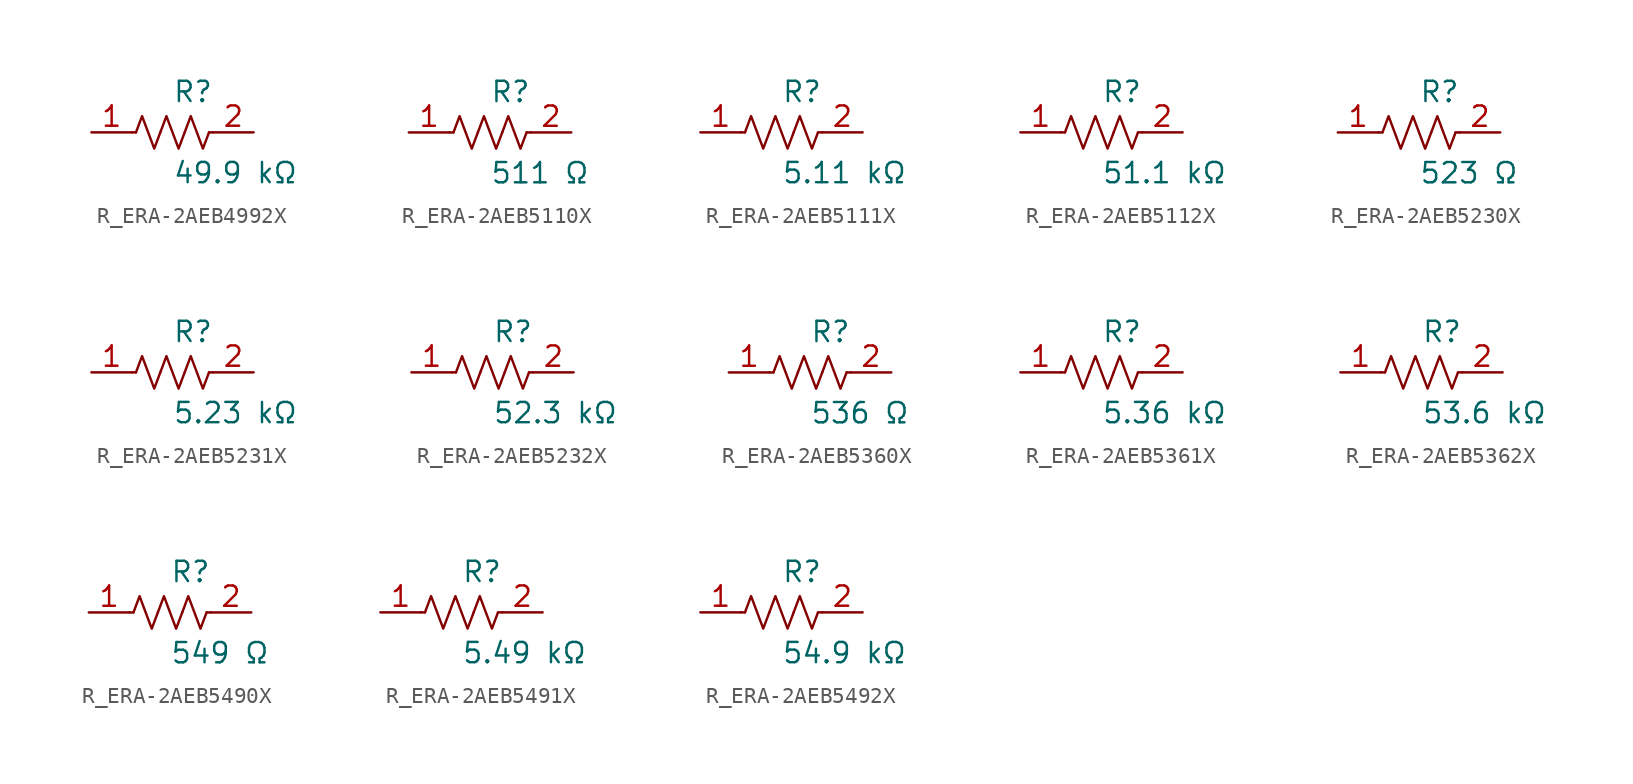
<source format=kicad_sym>
(kicad_symbol_lib
  (version 20231120)
  (generator kicad_symbol_editor)
  (generator_version 8.0)
  (symbol "R_ERA-2AEB4992X"
    (pin_names
      (offset 0.254))
    (property "Reference" "R"
      (at 0.0 2.54 0)
      (effects (font (size 1.27 1.27)) (justify left)))
    (property "Value" "49.9 kΩ"
      (at 0.0 -2.54 0)
      (effects (font (size 1.27 1.27)) (justify left)))
    (symbol "R_ERA-2AEB4992X_0_1"
      (polyline (pts (xy 2.286 0) (xy 2.54 0)) (stroke (width 0) (type default)) (fill (type none)))
      (polyline (pts (xy -2.286 0) (xy -2.54 0)) (stroke (width 0) (type default)) (fill (type none)))
      (polyline (pts (xy 0.762 0) (xy 1.143 1.016) (xy 1.524 0) (xy 1.905 -1.016) (xy 2.286 0)) (stroke (width 0) (type default)) (fill (type none)))
      (polyline (pts (xy -0.762 0) (xy -0.381 1.016) (xy 0 0) (xy 0.381 -1.016) (xy 0.762 0)) (stroke (width 0) (type default)) (fill (type none)))
      (polyline (pts (xy -2.286 0) (xy -1.905 1.016) (xy -1.524 0) (xy -1.143 -1.016) (xy -0.762 0)) (stroke (width 0) (type default)) (fill (type none))))
    (pin unspecified line
      (at -5.08 0 0)
      (length 2.54)
      (name "" (effects (font (size 1.27 1.27))))
      (number "1" (effects (font (size 1.27 1.27)))))
    (pin unspecified line
      (at 5.08 0 180)
      (length 2.54)
      (name "" (effects (font (size 1.27 1.27))))
      (number "2" (effects (font (size 1.27 1.27))))))
  (symbol "R_ERA-2AEB5110X"
    (pin_names
      (offset 0.254))
    (property "Reference" "R"
      (at 0.0 2.54 0)
      (effects (font (size 1.27 1.27)) (justify left)))
    (property "Value" "511 Ω"
      (at 0.0 -2.54 0)
      (effects (font (size 1.27 1.27)) (justify left)))
    (symbol "R_ERA-2AEB5110X_0_1"
      (polyline (pts (xy 2.286 0) (xy 2.54 0)) (stroke (width 0) (type default)) (fill (type none)))
      (polyline (pts (xy -2.286 0) (xy -2.54 0)) (stroke (width 0) (type default)) (fill (type none)))
      (polyline (pts (xy 0.762 0) (xy 1.143 1.016) (xy 1.524 0) (xy 1.905 -1.016) (xy 2.286 0)) (stroke (width 0) (type default)) (fill (type none)))
      (polyline (pts (xy -0.762 0) (xy -0.381 1.016) (xy 0 0) (xy 0.381 -1.016) (xy 0.762 0)) (stroke (width 0) (type default)) (fill (type none)))
      (polyline (pts (xy -2.286 0) (xy -1.905 1.016) (xy -1.524 0) (xy -1.143 -1.016) (xy -0.762 0)) (stroke (width 0) (type default)) (fill (type none))))
    (pin unspecified line
      (at -5.08 0 0)
      (length 2.54)
      (name "" (effects (font (size 1.27 1.27))))
      (number "1" (effects (font (size 1.27 1.27)))))
    (pin unspecified line
      (at 5.08 0 180)
      (length 2.54)
      (name "" (effects (font (size 1.27 1.27))))
      (number "2" (effects (font (size 1.27 1.27))))))
  (symbol "R_ERA-2AEB5111X"
    (pin_names
      (offset 0.254))
    (property "Reference" "R"
      (at 0.0 2.54 0)
      (effects (font (size 1.27 1.27)) (justify left)))
    (property "Value" "5.11 kΩ"
      (at 0.0 -2.54 0)
      (effects (font (size 1.27 1.27)) (justify left)))
    (symbol "R_ERA-2AEB5111X_0_1"
      (polyline (pts (xy 2.286 0) (xy 2.54 0)) (stroke (width 0) (type default)) (fill (type none)))
      (polyline (pts (xy -2.286 0) (xy -2.54 0)) (stroke (width 0) (type default)) (fill (type none)))
      (polyline (pts (xy 0.762 0) (xy 1.143 1.016) (xy 1.524 0) (xy 1.905 -1.016) (xy 2.286 0)) (stroke (width 0) (type default)) (fill (type none)))
      (polyline (pts (xy -0.762 0) (xy -0.381 1.016) (xy 0 0) (xy 0.381 -1.016) (xy 0.762 0)) (stroke (width 0) (type default)) (fill (type none)))
      (polyline (pts (xy -2.286 0) (xy -1.905 1.016) (xy -1.524 0) (xy -1.143 -1.016) (xy -0.762 0)) (stroke (width 0) (type default)) (fill (type none))))
    (pin unspecified line
      (at -5.08 0 0)
      (length 2.54)
      (name "" (effects (font (size 1.27 1.27))))
      (number "1" (effects (font (size 1.27 1.27)))))
    (pin unspecified line
      (at 5.08 0 180)
      (length 2.54)
      (name "" (effects (font (size 1.27 1.27))))
      (number "2" (effects (font (size 1.27 1.27))))))
  (symbol "R_ERA-2AEB5112X"
    (pin_names
      (offset 0.254))
    (property "Reference" "R"
      (at 0.0 2.54 0)
      (effects (font (size 1.27 1.27)) (justify left)))
    (property "Value" "51.1 kΩ"
      (at 0.0 -2.54 0)
      (effects (font (size 1.27 1.27)) (justify left)))
    (symbol "R_ERA-2AEB5112X_0_1"
      (polyline (pts (xy 2.286 0) (xy 2.54 0)) (stroke (width 0) (type default)) (fill (type none)))
      (polyline (pts (xy -2.286 0) (xy -2.54 0)) (stroke (width 0) (type default)) (fill (type none)))
      (polyline (pts (xy 0.762 0) (xy 1.143 1.016) (xy 1.524 0) (xy 1.905 -1.016) (xy 2.286 0)) (stroke (width 0) (type default)) (fill (type none)))
      (polyline (pts (xy -0.762 0) (xy -0.381 1.016) (xy 0 0) (xy 0.381 -1.016) (xy 0.762 0)) (stroke (width 0) (type default)) (fill (type none)))
      (polyline (pts (xy -2.286 0) (xy -1.905 1.016) (xy -1.524 0) (xy -1.143 -1.016) (xy -0.762 0)) (stroke (width 0) (type default)) (fill (type none))))
    (pin unspecified line
      (at -5.08 0 0)
      (length 2.54)
      (name "" (effects (font (size 1.27 1.27))))
      (number "1" (effects (font (size 1.27 1.27)))))
    (pin unspecified line
      (at 5.08 0 180)
      (length 2.54)
      (name "" (effects (font (size 1.27 1.27))))
      (number "2" (effects (font (size 1.27 1.27))))))
  (symbol "R_ERA-2AEB5230X"
    (pin_names
      (offset 0.254))
    (property "Reference" "R"
      (at 0.0 2.54 0)
      (effects (font (size 1.27 1.27)) (justify left)))
    (property "Value" "523 Ω"
      (at 0.0 -2.54 0)
      (effects (font (size 1.27 1.27)) (justify left)))
    (symbol "R_ERA-2AEB5230X_0_1"
      (polyline (pts (xy 2.286 0) (xy 2.54 0)) (stroke (width 0) (type default)) (fill (type none)))
      (polyline (pts (xy -2.286 0) (xy -2.54 0)) (stroke (width 0) (type default)) (fill (type none)))
      (polyline (pts (xy 0.762 0) (xy 1.143 1.016) (xy 1.524 0) (xy 1.905 -1.016) (xy 2.286 0)) (stroke (width 0) (type default)) (fill (type none)))
      (polyline (pts (xy -0.762 0) (xy -0.381 1.016) (xy 0 0) (xy 0.381 -1.016) (xy 0.762 0)) (stroke (width 0) (type default)) (fill (type none)))
      (polyline (pts (xy -2.286 0) (xy -1.905 1.016) (xy -1.524 0) (xy -1.143 -1.016) (xy -0.762 0)) (stroke (width 0) (type default)) (fill (type none))))
    (pin unspecified line
      (at -5.08 0 0)
      (length 2.54)
      (name "" (effects (font (size 1.27 1.27))))
      (number "1" (effects (font (size 1.27 1.27)))))
    (pin unspecified line
      (at 5.08 0 180)
      (length 2.54)
      (name "" (effects (font (size 1.27 1.27))))
      (number "2" (effects (font (size 1.27 1.27))))))
  (symbol "R_ERA-2AEB5231X"
    (pin_names
      (offset 0.254))
    (property "Reference" "R"
      (at 0.0 2.54 0)
      (effects (font (size 1.27 1.27)) (justify left)))
    (property "Value" "5.23 kΩ"
      (at 0.0 -2.54 0)
      (effects (font (size 1.27 1.27)) (justify left)))
    (symbol "R_ERA-2AEB5231X_0_1"
      (polyline (pts (xy 2.286 0) (xy 2.54 0)) (stroke (width 0) (type default)) (fill (type none)))
      (polyline (pts (xy -2.286 0) (xy -2.54 0)) (stroke (width 0) (type default)) (fill (type none)))
      (polyline (pts (xy 0.762 0) (xy 1.143 1.016) (xy 1.524 0) (xy 1.905 -1.016) (xy 2.286 0)) (stroke (width 0) (type default)) (fill (type none)))
      (polyline (pts (xy -0.762 0) (xy -0.381 1.016) (xy 0 0) (xy 0.381 -1.016) (xy 0.762 0)) (stroke (width 0) (type default)) (fill (type none)))
      (polyline (pts (xy -2.286 0) (xy -1.905 1.016) (xy -1.524 0) (xy -1.143 -1.016) (xy -0.762 0)) (stroke (width 0) (type default)) (fill (type none))))
    (pin unspecified line
      (at -5.08 0 0)
      (length 2.54)
      (name "" (effects (font (size 1.27 1.27))))
      (number "1" (effects (font (size 1.27 1.27)))))
    (pin unspecified line
      (at 5.08 0 180)
      (length 2.54)
      (name "" (effects (font (size 1.27 1.27))))
      (number "2" (effects (font (size 1.27 1.27))))))
  (symbol "R_ERA-2AEB5232X"
    (pin_names
      (offset 0.254))
    (property "Reference" "R"
      (at 0.0 2.54 0)
      (effects (font (size 1.27 1.27)) (justify left)))
    (property "Value" "52.3 kΩ"
      (at 0.0 -2.54 0)
      (effects (font (size 1.27 1.27)) (justify left)))
    (symbol "R_ERA-2AEB5232X_0_1"
      (polyline (pts (xy 2.286 0) (xy 2.54 0)) (stroke (width 0) (type default)) (fill (type none)))
      (polyline (pts (xy -2.286 0) (xy -2.54 0)) (stroke (width 0) (type default)) (fill (type none)))
      (polyline (pts (xy 0.762 0) (xy 1.143 1.016) (xy 1.524 0) (xy 1.905 -1.016) (xy 2.286 0)) (stroke (width 0) (type default)) (fill (type none)))
      (polyline (pts (xy -0.762 0) (xy -0.381 1.016) (xy 0 0) (xy 0.381 -1.016) (xy 0.762 0)) (stroke (width 0) (type default)) (fill (type none)))
      (polyline (pts (xy -2.286 0) (xy -1.905 1.016) (xy -1.524 0) (xy -1.143 -1.016) (xy -0.762 0)) (stroke (width 0) (type default)) (fill (type none))))
    (pin unspecified line
      (at -5.08 0 0)
      (length 2.54)
      (name "" (effects (font (size 1.27 1.27))))
      (number "1" (effects (font (size 1.27 1.27)))))
    (pin unspecified line
      (at 5.08 0 180)
      (length 2.54)
      (name "" (effects (font (size 1.27 1.27))))
      (number "2" (effects (font (size 1.27 1.27))))))
  (symbol "R_ERA-2AEB5360X"
    (pin_names
      (offset 0.254))
    (property "Reference" "R"
      (at 0.0 2.54 0)
      (effects (font (size 1.27 1.27)) (justify left)))
    (property "Value" "536 Ω"
      (at 0.0 -2.54 0)
      (effects (font (size 1.27 1.27)) (justify left)))
    (symbol "R_ERA-2AEB5360X_0_1"
      (polyline (pts (xy 2.286 0) (xy 2.54 0)) (stroke (width 0) (type default)) (fill (type none)))
      (polyline (pts (xy -2.286 0) (xy -2.54 0)) (stroke (width 0) (type default)) (fill (type none)))
      (polyline (pts (xy 0.762 0) (xy 1.143 1.016) (xy 1.524 0) (xy 1.905 -1.016) (xy 2.286 0)) (stroke (width 0) (type default)) (fill (type none)))
      (polyline (pts (xy -0.762 0) (xy -0.381 1.016) (xy 0 0) (xy 0.381 -1.016) (xy 0.762 0)) (stroke (width 0) (type default)) (fill (type none)))
      (polyline (pts (xy -2.286 0) (xy -1.905 1.016) (xy -1.524 0) (xy -1.143 -1.016) (xy -0.762 0)) (stroke (width 0) (type default)) (fill (type none))))
    (pin unspecified line
      (at -5.08 0 0)
      (length 2.54)
      (name "" (effects (font (size 1.27 1.27))))
      (number "1" (effects (font (size 1.27 1.27)))))
    (pin unspecified line
      (at 5.08 0 180)
      (length 2.54)
      (name "" (effects (font (size 1.27 1.27))))
      (number "2" (effects (font (size 1.27 1.27))))))
  (symbol "R_ERA-2AEB5361X"
    (pin_names
      (offset 0.254))
    (property "Reference" "R"
      (at 0.0 2.54 0)
      (effects (font (size 1.27 1.27)) (justify left)))
    (property "Value" "5.36 kΩ"
      (at 0.0 -2.54 0)
      (effects (font (size 1.27 1.27)) (justify left)))
    (symbol "R_ERA-2AEB5361X_0_1"
      (polyline (pts (xy 2.286 0) (xy 2.54 0)) (stroke (width 0) (type default)) (fill (type none)))
      (polyline (pts (xy -2.286 0) (xy -2.54 0)) (stroke (width 0) (type default)) (fill (type none)))
      (polyline (pts (xy 0.762 0) (xy 1.143 1.016) (xy 1.524 0) (xy 1.905 -1.016) (xy 2.286 0)) (stroke (width 0) (type default)) (fill (type none)))
      (polyline (pts (xy -0.762 0) (xy -0.381 1.016) (xy 0 0) (xy 0.381 -1.016) (xy 0.762 0)) (stroke (width 0) (type default)) (fill (type none)))
      (polyline (pts (xy -2.286 0) (xy -1.905 1.016) (xy -1.524 0) (xy -1.143 -1.016) (xy -0.762 0)) (stroke (width 0) (type default)) (fill (type none))))
    (pin unspecified line
      (at -5.08 0 0)
      (length 2.54)
      (name "" (effects (font (size 1.27 1.27))))
      (number "1" (effects (font (size 1.27 1.27)))))
    (pin unspecified line
      (at 5.08 0 180)
      (length 2.54)
      (name "" (effects (font (size 1.27 1.27))))
      (number "2" (effects (font (size 1.27 1.27))))))
  (symbol "R_ERA-2AEB5362X"
    (pin_names
      (offset 0.254))
    (property "Reference" "R"
      (at 0.0 2.54 0)
      (effects (font (size 1.27 1.27)) (justify left)))
    (property "Value" "53.6 kΩ"
      (at 0.0 -2.54 0)
      (effects (font (size 1.27 1.27)) (justify left)))
    (symbol "R_ERA-2AEB5362X_0_1"
      (polyline (pts (xy 2.286 0) (xy 2.54 0)) (stroke (width 0) (type default)) (fill (type none)))
      (polyline (pts (xy -2.286 0) (xy -2.54 0)) (stroke (width 0) (type default)) (fill (type none)))
      (polyline (pts (xy 0.762 0) (xy 1.143 1.016) (xy 1.524 0) (xy 1.905 -1.016) (xy 2.286 0)) (stroke (width 0) (type default)) (fill (type none)))
      (polyline (pts (xy -0.762 0) (xy -0.381 1.016) (xy 0 0) (xy 0.381 -1.016) (xy 0.762 0)) (stroke (width 0) (type default)) (fill (type none)))
      (polyline (pts (xy -2.286 0) (xy -1.905 1.016) (xy -1.524 0) (xy -1.143 -1.016) (xy -0.762 0)) (stroke (width 0) (type default)) (fill (type none))))
    (pin unspecified line
      (at -5.08 0 0)
      (length 2.54)
      (name "" (effects (font (size 1.27 1.27))))
      (number "1" (effects (font (size 1.27 1.27)))))
    (pin unspecified line
      (at 5.08 0 180)
      (length 2.54)
      (name "" (effects (font (size 1.27 1.27))))
      (number "2" (effects (font (size 1.27 1.27))))))
  (symbol "R_ERA-2AEB5490X"
    (pin_names
      (offset 0.254))
    (property "Reference" "R"
      (at 0.0 2.54 0)
      (effects (font (size 1.27 1.27)) (justify left)))
    (property "Value" "549 Ω"
      (at 0.0 -2.54 0)
      (effects (font (size 1.27 1.27)) (justify left)))
    (symbol "R_ERA-2AEB5490X_0_1"
      (polyline (pts (xy 2.286 0) (xy 2.54 0)) (stroke (width 0) (type default)) (fill (type none)))
      (polyline (pts (xy -2.286 0) (xy -2.54 0)) (stroke (width 0) (type default)) (fill (type none)))
      (polyline (pts (xy 0.762 0) (xy 1.143 1.016) (xy 1.524 0) (xy 1.905 -1.016) (xy 2.286 0)) (stroke (width 0) (type default)) (fill (type none)))
      (polyline (pts (xy -0.762 0) (xy -0.381 1.016) (xy 0 0) (xy 0.381 -1.016) (xy 0.762 0)) (stroke (width 0) (type default)) (fill (type none)))
      (polyline (pts (xy -2.286 0) (xy -1.905 1.016) (xy -1.524 0) (xy -1.143 -1.016) (xy -0.762 0)) (stroke (width 0) (type default)) (fill (type none))))
    (pin unspecified line
      (at -5.08 0 0)
      (length 2.54)
      (name "" (effects (font (size 1.27 1.27))))
      (number "1" (effects (font (size 1.27 1.27)))))
    (pin unspecified line
      (at 5.08 0 180)
      (length 2.54)
      (name "" (effects (font (size 1.27 1.27))))
      (number "2" (effects (font (size 1.27 1.27))))))
  (symbol "R_ERA-2AEB5491X"
    (pin_names
      (offset 0.254))
    (property "Reference" "R"
      (at 0.0 2.54 0)
      (effects (font (size 1.27 1.27)) (justify left)))
    (property "Value" "5.49 kΩ"
      (at 0.0 -2.54 0)
      (effects (font (size 1.27 1.27)) (justify left)))
    (symbol "R_ERA-2AEB5491X_0_1"
      (polyline (pts (xy 2.286 0) (xy 2.54 0)) (stroke (width 0) (type default)) (fill (type none)))
      (polyline (pts (xy -2.286 0) (xy -2.54 0)) (stroke (width 0) (type default)) (fill (type none)))
      (polyline (pts (xy 0.762 0) (xy 1.143 1.016) (xy 1.524 0) (xy 1.905 -1.016) (xy 2.286 0)) (stroke (width 0) (type default)) (fill (type none)))
      (polyline (pts (xy -0.762 0) (xy -0.381 1.016) (xy 0 0) (xy 0.381 -1.016) (xy 0.762 0)) (stroke (width 0) (type default)) (fill (type none)))
      (polyline (pts (xy -2.286 0) (xy -1.905 1.016) (xy -1.524 0) (xy -1.143 -1.016) (xy -0.762 0)) (stroke (width 0) (type default)) (fill (type none))))
    (pin unspecified line
      (at -5.08 0 0)
      (length 2.54)
      (name "" (effects (font (size 1.27 1.27))))
      (number "1" (effects (font (size 1.27 1.27)))))
    (pin unspecified line
      (at 5.08 0 180)
      (length 2.54)
      (name "" (effects (font (size 1.27 1.27))))
      (number "2" (effects (font (size 1.27 1.27))))))
  (symbol "R_ERA-2AEB5492X"
    (pin_names
      (offset 0.254))
    (property "Reference" "R"
      (at 0.0 2.54 0)
      (effects (font (size 1.27 1.27)) (justify left)))
    (property "Value" "54.9 kΩ"
      (at 0.0 -2.54 0)
      (effects (font (size 1.27 1.27)) (justify left)))
    (symbol "R_ERA-2AEB5492X_0_1"
      (polyline (pts (xy 2.286 0) (xy 2.54 0)) (stroke (width 0) (type default)) (fill (type none)))
      (polyline (pts (xy -2.286 0) (xy -2.54 0)) (stroke (width 0) (type default)) (fill (type none)))
      (polyline (pts (xy 0.762 0) (xy 1.143 1.016) (xy 1.524 0) (xy 1.905 -1.016) (xy 2.286 0)) (stroke (width 0) (type default)) (fill (type none)))
      (polyline (pts (xy -0.762 0) (xy -0.381 1.016) (xy 0 0) (xy 0.381 -1.016) (xy 0.762 0)) (stroke (width 0) (type default)) (fill (type none)))
      (polyline (pts (xy -2.286 0) (xy -1.905 1.016) (xy -1.524 0) (xy -1.143 -1.016) (xy -0.762 0)) (stroke (width 0) (type default)) (fill (type none))))
    (pin unspecified line
      (at -5.08 0 0)
      (length 2.54)
      (name "" (effects (font (size 1.27 1.27))))
      (number "1" (effects (font (size 1.27 1.27)))))
    (pin unspecified line
      (at 5.08 0 180)
      (length 2.54)
      (name "" (effects (font (size 1.27 1.27))))
      (number "2" (effects (font (size 1.27 1.27)))))))
</source>
